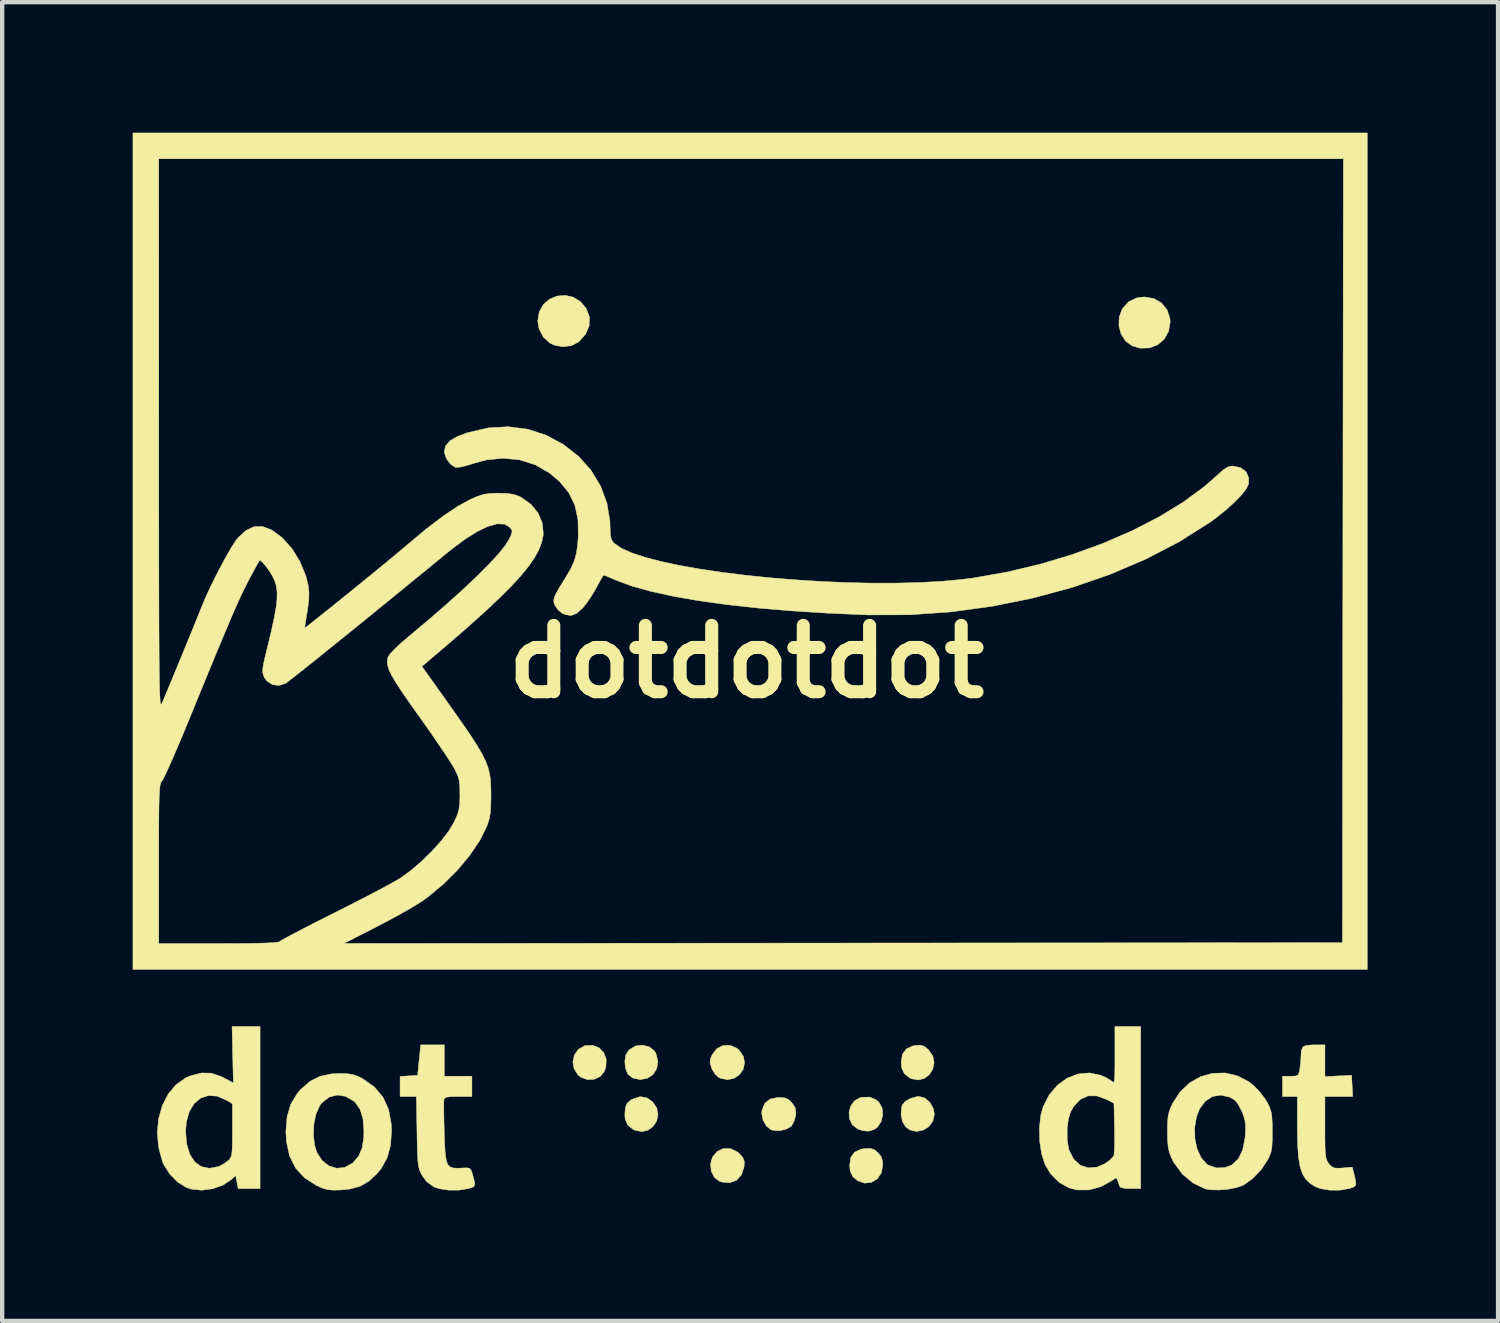
<source format=kicad_pcb>
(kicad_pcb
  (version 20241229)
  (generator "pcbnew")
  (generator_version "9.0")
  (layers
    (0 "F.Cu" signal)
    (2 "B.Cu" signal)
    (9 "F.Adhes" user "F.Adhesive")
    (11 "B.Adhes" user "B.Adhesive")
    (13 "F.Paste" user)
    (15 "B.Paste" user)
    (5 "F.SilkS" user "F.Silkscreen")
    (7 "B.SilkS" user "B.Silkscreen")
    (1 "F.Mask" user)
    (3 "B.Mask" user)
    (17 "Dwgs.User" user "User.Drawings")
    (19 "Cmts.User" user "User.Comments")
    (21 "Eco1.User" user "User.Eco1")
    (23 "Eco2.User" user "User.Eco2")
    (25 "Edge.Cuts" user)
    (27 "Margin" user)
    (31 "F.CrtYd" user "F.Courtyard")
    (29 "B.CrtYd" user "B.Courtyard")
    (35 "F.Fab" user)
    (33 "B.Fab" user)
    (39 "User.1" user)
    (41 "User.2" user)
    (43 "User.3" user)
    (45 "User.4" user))
  (footprint "dotdotdot"
    (layer "F.Cu")
    (at 14.102 12.155)
    (property "Reference" "dotdotdot" (at 0 0 0) (layer "F.SilkS") (effects (font (size 1.524 1.524) (thickness 0.3))))
    (attr through_hole)
    (fp_poly (pts (xy -3.382 8.874) (xy -3.276 8.987) (xy -3.222 9.138) (xy -3.23 9.314) (xy -3.264 9.413) (xy -3.36 9.531) (xy -3.498 9.595) (xy -3.655 9.603) (xy -3.804 9.549) (xy -3.868 9.498) (xy -3.961 9.355) (xy -3.988 9.194) (xy -3.954 9.039) (xy -3.864 8.91) (xy -3.724 8.828) (xy -3.705 8.823) (xy -3.529 8.815) (xy -3.382 8.874)) (stroke (width 0.01) (type solid)) (fill yes) (layer "F.SilkS"))
    (fp_poly (pts (xy -2.234 8.849) (xy -2.115 8.943) (xy -2.079 9.002) (xy -2.034 9.185) (xy -2.06 9.349) (xy -2.144 9.483) (xy -2.275 9.572) (xy -2.438 9.603) (xy -2.611 9.567) (xy -2.722 9.483) (xy -2.781 9.337) (xy -2.794 9.187) (xy -2.776 9.045) (xy -2.712 8.939) (xy -2.682 8.909) (xy -2.542 8.828) (xy -2.384 8.81) (xy -2.234 8.849)) (stroke (width 0.01) (type solid)) (fill yes) (layer "F.SilkS"))
    (fp_poly (pts (xy -2.291 10.018) (xy -2.156 10.114) (xy -2.059 10.257) (xy -2.032 10.409) (xy -2.063 10.553) (xy -2.142 10.676) (xy -2.258 10.762) (xy -2.4 10.798) (xy -2.56 10.767) (xy -2.603 10.746) (xy -2.729 10.645) (xy -2.787 10.507) (xy -2.794 10.409) (xy -2.783 10.248) (xy -2.741 10.144) (xy -2.655 10.071) (xy -2.622 10.053) (xy -2.446 9.995) (xy -2.291 10.018)) (stroke (width 0.01) (type solid)) (fill yes) (layer "F.SilkS"))
    (fp_poly (pts (xy 2.935 11.211) (xy 3.016 11.276) (xy 3.096 11.371) (xy 3.129 11.483) (xy 3.133 11.57) (xy 3.098 11.748) (xy 3.007 11.883) (xy 2.874 11.964) (xy 2.717 11.982) (xy 2.561 11.929) (xy 2.442 11.832) (xy 2.384 11.701) (xy 2.372 11.572) (xy 2.398 11.391) (xy 2.484 11.269) (xy 2.633 11.202) (xy 2.711 11.189) (xy 2.843 11.183) (xy 2.935 11.211)) (stroke (width 0.01) (type solid)) (fill yes) (layer "F.SilkS"))
    (fp_poly (pts (xy 2.981 10.067) (xy 3.049 10.129) (xy 3.118 10.258) (xy 3.131 10.415) (xy 3.094 10.57) (xy 3.01 10.696) (xy 2.936 10.748) (xy 2.804 10.788) (xy 2.674 10.777) (xy 2.555 10.734) (xy 2.434 10.642) (xy 2.369 10.51) (xy 2.357 10.359) (xy 2.395 10.213) (xy 2.481 10.091) (xy 2.612 10.017) (xy 2.642 10.01) (xy 2.83 10.003) (xy 2.981 10.067)) (stroke (width 0.01) (type solid)) (fill yes) (layer "F.SilkS"))
    (fp_poly (pts (xy 4.105 10.029) (xy 4.218 10.13) (xy 4.295 10.27) (xy 4.318 10.399) (xy 4.282 10.56) (xy 4.189 10.685) (xy 4.057 10.766) (xy 3.906 10.794) (xy 3.757 10.76) (xy 3.66 10.691) (xy 3.584 10.564) (xy 3.552 10.397) (xy 3.568 10.226) (xy 3.582 10.183) (xy 3.65 10.103) (xy 3.771 10.035) (xy 3.913 9.995) (xy 3.973 9.991) (xy 4.105 10.029)) (stroke (width 0.01) (type solid)) (fill yes) (layer "F.SilkS"))
    (fp_poly (pts (xy -3.984 -8.378) (xy -3.814 -8.275) (xy -3.683 -8.118) (xy -3.607 -7.921) (xy -3.613 -7.719) (xy -3.697 -7.525) (xy -3.854 -7.35) (xy -4.018 -7.263) (xy -4.214 -7.237) (xy -4.412 -7.273) (xy -4.517 -7.322) (xy -4.667 -7.46) (xy -4.765 -7.647) (xy -4.795 -7.832) (xy -4.76 -8.042) (xy -4.665 -8.21) (xy -4.524 -8.331) (xy -4.354 -8.402) (xy -4.169 -8.419) (xy -3.984 -8.378)) (stroke (width 0.01) (type solid)) (fill yes) (layer "F.SilkS"))
    (fp_poly (pts (xy -0.366 11.188) (xy -0.21 11.262) (xy -0.161 11.305) (xy -0.079 11.4) (xy -0.048 11.486) (xy -0.055 11.607) (xy -0.056 11.612) (xy -0.115 11.793) (xy -0.23 11.916) (xy -0.385 11.973) (xy -0.568 11.956) (xy -0.622 11.938) (xy -0.736 11.85) (xy -0.807 11.712) (xy -0.826 11.55) (xy -0.785 11.392) (xy -0.782 11.385) (xy -0.672 11.253) (xy -0.527 11.186) (xy -0.366 11.188)) (stroke (width 0.01) (type solid)) (fill yes) (layer "F.SilkS"))
    (fp_poly (pts (xy -0.222 8.881) (xy -0.166 8.929) (xy -0.068 9.074) (xy -0.042 9.225) (xy -0.076 9.369) (xy -0.16 9.489) (xy -0.282 9.573) (xy -0.432 9.605) (xy -0.6 9.571) (xy -0.633 9.556) (xy -0.716 9.482) (xy -0.788 9.368) (xy -0.799 9.342) (xy -0.835 9.226) (xy -0.832 9.138) (xy -0.79 9.035) (xy -0.682 8.893) (xy -0.538 8.819) (xy -0.378 8.813) (xy -0.222 8.881)) (stroke (width 0.01) (type solid)) (fill yes) (layer "F.SilkS"))
    (fp_poly (pts (xy 4.092 8.84) (xy 4.186 8.921) (xy 4.189 8.924) (xy 4.285 9.066) (xy 4.312 9.217) (xy 4.282 9.362) (xy 4.205 9.486) (xy 4.091 9.574) (xy 3.95 9.611) (xy 3.793 9.583) (xy 3.747 9.561) (xy 3.627 9.466) (xy 3.568 9.336) (xy 3.556 9.204) (xy 3.584 9.021) (xy 3.672 8.898) (xy 3.822 8.829) (xy 3.882 8.819) (xy 4.005 8.811) (xy 4.092 8.84)) (stroke (width 0.01) (type solid)) (fill yes) (layer "F.SilkS"))
    (fp_poly (pts (xy 9.362 -8.345) (xy 9.541 -8.241) (xy 9.668 -8.083) (xy 9.732 -7.883) (xy 9.737 -7.805) (xy 9.7 -7.587) (xy 9.598 -7.409) (xy 9.446 -7.281) (xy 9.257 -7.21) (xy 9.045 -7.205) (xy 8.865 -7.257) (xy 8.714 -7.365) (xy 8.61 -7.526) (xy 8.559 -7.718) (xy 8.565 -7.918) (xy 8.636 -8.106) (xy 8.64 -8.113) (xy 8.784 -8.273) (xy 8.973 -8.362) (xy 9.144 -8.382) (xy 9.362 -8.345)) (stroke (width 0.01) (type solid)) (fill yes) (layer "F.SilkS"))
    (fp_poly (pts (xy 0.884 10.023) (xy 0.977 10.067) (xy 1.045 10.136) (xy 1.117 10.241) (xy 1.136 10.349) (xy 1.13 10.428) (xy 1.095 10.558) (xy 1.039 10.663) (xy 1.027 10.676) (xy 0.909 10.745) (xy 0.753 10.778) (xy 0.602 10.767) (xy 0.563 10.754) (xy 0.457 10.668) (xy 0.381 10.532) (xy 0.351 10.376) (xy 0.357 10.309) (xy 0.421 10.148) (xy 0.542 10.05) (xy 0.722 10.012) (xy 0.749 10.012) (xy 0.884 10.023)) (stroke (width 0.01) (type solid)) (fill yes) (layer "F.SilkS"))
    (fp_poly (pts (xy -6.943 9.525) (xy -6.308 9.525) (xy -6.308 9.991) (xy -6.622 9.991) (xy -6.789 9.994) (xy -6.888 10.006) (xy -6.937 10.031) (xy -6.95 10.059) (xy -6.954 10.124) (xy -6.954 10.256) (xy -6.952 10.442) (xy -6.947 10.665) (xy -6.943 10.825) (xy -6.933 11.109) (xy -6.919 11.319) (xy -6.896 11.466) (xy -6.859 11.561) (xy -6.802 11.614) (xy -6.72 11.636) (xy -6.608 11.638) (xy -6.543 11.635) (xy -6.437 11.63) (xy -6.37 11.639) (xy -6.329 11.678) (xy -6.297 11.763) (xy -6.26 11.911) (xy -6.251 11.947) (xy -6.241 12.023) (xy -6.273 12.067) (xy -6.366 12.101) (xy -6.381 12.105) (xy -6.605 12.142) (xy -6.845 12.143) (xy -7.066 12.108) (xy -7.176 12.07) (xy -7.344 11.952) (xy -7.451 11.807) (xy -7.487 11.738) (xy -7.515 11.671) (xy -7.535 11.591) (xy -7.548 11.486) (xy -7.557 11.34) (xy -7.564 11.14) (xy -7.569 10.872) (xy -7.57 10.806) (xy -7.584 9.991) (xy -7.959 9.991) (xy -7.959 9.53) (xy -7.758 9.517) (xy -7.556 9.504) (xy -7.521 9.155) (xy -7.485 8.805) (xy -6.943 8.805) (xy -6.943 9.525)) (stroke (width 0.01) (type solid)) (fill yes) (layer "F.SilkS"))
    (fp_poly (pts (xy 13.293 9.533) (xy 13.6 9.518) (xy 13.906 9.504) (xy 13.919 9.747) (xy 13.932 9.991) (xy 13.293 9.991) (xy 13.293 10.705) (xy 13.293 10.968) (xy 13.296 11.161) (xy 13.303 11.298) (xy 13.316 11.391) (xy 13.335 11.456) (xy 13.363 11.506) (xy 13.384 11.535) (xy 13.447 11.603) (xy 13.514 11.634) (xy 13.616 11.638) (xy 13.698 11.633) (xy 13.921 11.614) (xy 13.967 11.795) (xy 14 11.937) (xy 14.003 12.019) (xy 13.968 12.065) (xy 13.887 12.096) (xy 13.854 12.105) (xy 13.633 12.143) (xy 13.4 12.143) (xy 13.19 12.108) (xy 13.074 12.064) (xy 12.946 11.983) (xy 12.847 11.885) (xy 12.772 11.759) (xy 12.72 11.594) (xy 12.685 11.378) (xy 12.666 11.103) (xy 12.659 10.755) (xy 12.659 10.679) (xy 12.658 9.991) (xy 12.319 9.991) (xy 12.319 9.525) (xy 12.504 9.525) (xy 12.62 9.521) (xy 12.677 9.495) (xy 12.704 9.427) (xy 12.715 9.366) (xy 12.733 9.218) (xy 12.742 9.079) (xy 12.742 9.073) (xy 12.75 8.934) (xy 12.786 8.853) (xy 12.866 8.816) (xy 13.01 8.805) (xy 13.043 8.805) (xy 13.293 8.805) (xy 13.293 9.533)) (stroke (width 0.01) (type solid)) (fill yes) (layer "F.SilkS"))
    (fp_poly (pts (xy -11.176 12.107) (xy -11.68 12.107) (xy -11.708 11.957) (xy -11.737 11.806) (xy -11.827 11.891) (xy -12.024 12.025) (xy -12.264 12.111) (xy -12.519 12.144) (xy -12.762 12.118) (xy -12.869 12.082) (xy -13.072 11.956) (xy -13.253 11.771) (xy -13.39 11.554) (xy -13.419 11.487) (xy -13.509 11.155) (xy -13.537 10.822) (xy -13.535 10.796) (xy -12.887 10.796) (xy -12.862 11.085) (xy -12.79 11.32) (xy -12.676 11.494) (xy -12.525 11.603) (xy -12.343 11.64) (xy -12.135 11.602) (xy -12.121 11.597) (xy -11.998 11.532) (xy -11.906 11.462) (xy -11.869 11.422) (xy -11.843 11.375) (xy -11.826 11.306) (xy -11.816 11.199) (xy -11.812 11.04) (xy -11.811 10.813) (xy -11.811 10.766) (xy -11.811 10.159) (xy -11.949 10.075) (xy -12.163 9.983) (xy -12.363 9.969) (xy -12.542 10.028) (xy -12.691 10.153) (xy -12.803 10.339) (xy -12.87 10.58) (xy -12.887 10.796) (xy -13.535 10.796) (xy -13.507 10.5) (xy -13.423 10.201) (xy -13.289 9.938) (xy -13.108 9.721) (xy -12.885 9.562) (xy -12.762 9.51) (xy -12.517 9.45) (xy -12.3 9.455) (xy -12.082 9.527) (xy -12.016 9.56) (xy -11.79 9.679) (xy -11.82 8.382) (xy -11.176 8.382) (xy -11.176 12.107)) (stroke (width 0.01) (type solid)) (fill yes) (layer "F.SilkS"))
    (fp_poly (pts (xy -9.173 9.467) (xy -9.04 9.487) (xy -8.918 9.532) (xy -8.811 9.587) (xy -8.546 9.775) (xy -8.351 10.007) (xy -8.223 10.287) (xy -8.162 10.618) (xy -8.155 10.774) (xy -8.177 11.109) (xy -8.253 11.391) (xy -8.386 11.636) (xy -8.474 11.746) (xy -8.667 11.931) (xy -8.872 12.052) (xy -9.114 12.118) (xy -9.313 12.138) (xy -9.491 12.143) (xy -9.622 12.131) (xy -9.743 12.096) (xy -9.888 12.031) (xy -10.157 11.858) (xy -10.361 11.633) (xy -10.499 11.356) (xy -10.571 11.024) (xy -10.579 10.876) (xy -9.95 10.876) (xy -9.922 11.115) (xy -9.872 11.274) (xy -9.753 11.46) (xy -9.598 11.583) (xy -9.421 11.639) (xy -9.239 11.623) (xy -9.064 11.531) (xy -9.042 11.513) (xy -8.912 11.362) (xy -8.831 11.175) (xy -8.794 10.935) (xy -8.79 10.795) (xy -8.81 10.513) (xy -8.873 10.297) (xy -8.982 10.136) (xy -9.023 10.098) (xy -9.21 9.987) (xy -9.402 9.957) (xy -9.586 10.004) (xy -9.748 10.128) (xy -9.809 10.207) (xy -9.891 10.392) (xy -9.939 10.625) (xy -9.95 10.876) (xy -10.579 10.876) (xy -10.583 10.795) (xy -10.555 10.454) (xy -10.469 10.165) (xy -10.32 9.919) (xy -10.238 9.825) (xy -10.024 9.64) (xy -9.794 9.525) (xy -9.526 9.47) (xy -9.356 9.462) (xy -9.173 9.467)) (stroke (width 0.01) (type solid)) (fill yes) (layer "F.SilkS"))
    (fp_poly (pts (xy 9.059 12.107) (xy 8.825 12.107) (xy 8.676 12.1) (xy 8.595 12.075) (xy 8.571 12.044) (xy 8.533 11.924) (xy 8.507 11.871) (xy 8.475 11.87) (xy 8.422 11.907) (xy 8.413 11.913) (xy 8.152 12.061) (xy 7.875 12.137) (xy 7.6 12.138) (xy 7.418 12.093) (xy 7.187 11.966) (xy 6.992 11.771) (xy 6.865 11.562) (xy 6.783 11.311) (xy 6.738 11.015) (xy 6.732 10.736) (xy 7.37 10.736) (xy 7.37 10.962) (xy 7.398 11.164) (xy 7.414 11.223) (xy 7.519 11.43) (xy 7.666 11.567) (xy 7.846 11.63) (xy 8.049 11.615) (xy 8.24 11.534) (xy 8.352 11.453) (xy 8.43 11.369) (xy 8.447 11.333) (xy 8.455 11.256) (xy 8.459 11.115) (xy 8.461 10.927) (xy 8.458 10.714) (xy 8.458 10.693) (xy 8.445 10.147) (xy 8.276 10.059) (xy 8.051 9.977) (xy 7.848 9.977) (xy 7.67 10.058) (xy 7.52 10.217) (xy 7.446 10.351) (xy 7.396 10.52) (xy 7.37 10.736) (xy 6.732 10.736) (xy 6.732 10.706) (xy 6.765 10.415) (xy 6.817 10.229) (xy 6.957 9.953) (xy 7.145 9.732) (xy 7.369 9.57) (xy 7.618 9.473) (xy 7.881 9.449) (xy 8.141 9.502) (xy 8.268 9.558) (xy 8.372 9.623) (xy 8.385 9.633) (xy 8.416 9.659) (xy 8.438 9.662) (xy 8.452 9.633) (xy 8.461 9.56) (xy 8.465 9.433) (xy 8.467 9.24) (xy 8.467 9.045) (xy 8.467 8.382) (xy 9.059 8.382) (xy 9.059 12.107)) (stroke (width 0.01) (type solid)) (fill yes) (layer "F.SilkS"))
    (fp_poly (pts (xy 11.276 9.513) (xy 11.542 9.651) (xy 11.659 9.742) (xy 11.791 9.88) (xy 11.915 10.041) (xy 11.971 10.134) (xy 12.023 10.242) (xy 12.056 10.343) (xy 12.075 10.459) (xy 12.083 10.616) (xy 12.085 10.795) (xy 12.083 11.007) (xy 12.074 11.158) (xy 12.053 11.271) (xy 12.017 11.368) (xy 11.987 11.43) (xy 11.836 11.662) (xy 11.642 11.867) (xy 11.433 12.02) (xy 11.409 12.033) (xy 11.259 12.085) (xy 11.063 12.122) (xy 10.852 12.139) (xy 10.66 12.135) (xy 10.541 12.113) (xy 10.259 11.977) (xy 10.016 11.773) (xy 9.824 11.513) (xy 9.771 11.409) (xy 9.721 11.285) (xy 9.691 11.157) (xy 9.677 10.999) (xy 9.673 10.795) (xy 9.675 10.703) (xy 10.299 10.703) (xy 10.305 10.956) (xy 10.355 11.193) (xy 10.446 11.393) (xy 10.572 11.539) (xy 10.611 11.566) (xy 10.793 11.631) (xy 10.991 11.626) (xy 11.158 11.562) (xy 11.304 11.423) (xy 11.404 11.215) (xy 11.458 10.936) (xy 11.464 10.851) (xy 11.469 10.669) (xy 11.453 10.531) (xy 11.411 10.398) (xy 11.373 10.31) (xy 11.295 10.162) (xy 11.218 10.071) (xy 11.118 10.011) (xy 11.106 10.006) (xy 10.899 9.959) (xy 10.709 9.991) (xy 10.545 10.097) (xy 10.415 10.272) (xy 10.344 10.452) (xy 10.299 10.703) (xy 9.675 10.703) (xy 9.676 10.593) (xy 9.689 10.448) (xy 9.716 10.33) (xy 9.763 10.212) (xy 9.792 10.151) (xy 9.965 9.884) (xy 10.183 9.678) (xy 10.436 9.535) (xy 10.711 9.458) (xy 10.995 9.45) (xy 11.276 9.513)) (stroke (width 0.01) (type solid)) (fill yes) (layer "F.SilkS"))
    (fp_poly (pts (xy -5.031 -5.344) (xy -4.604 -5.206) (xy -4.204 -4.99) (xy -3.854 -4.716) (xy -3.568 -4.394) (xy -3.35 -4.033) (xy -3.205 -3.642) (xy -3.137 -3.227) (xy -3.133 -3.089) (xy -3.128 -2.928) (xy -3.109 -2.825) (xy -3.07 -2.754) (xy -3.037 -2.72) (xy -2.876 -2.608) (xy -2.637 -2.501) (xy -2.33 -2.399) (xy -1.96 -2.303) (xy -1.537 -2.212) (xy -1.068 -2.129) (xy -0.56 -2.054) (xy -0.021 -1.987) (xy 0.541 -1.929) (xy 1.118 -1.882) (xy 1.704 -1.845) (xy 2.289 -1.819) (xy 2.867 -1.806) (xy 3.43 -1.806) (xy 3.969 -1.819) (xy 4.478 -1.847) (xy 4.949 -1.89) (xy 5.228 -1.926) (xy 5.997 -2.062) (xy 6.754 -2.243) (xy 7.489 -2.463) (xy 8.195 -2.72) (xy 8.861 -3.009) (xy 9.478 -3.326) (xy 10.037 -3.667) (xy 10.528 -4.029) (xy 10.824 -4.29) (xy 10.96 -4.411) (xy 11.064 -4.476) (xy 11.155 -4.497) (xy 11.171 -4.497) (xy 11.353 -4.46) (xy 11.48 -4.367) (xy 11.541 -4.227) (xy 11.538 -4.083) (xy 11.489 -3.978) (xy 11.38 -3.838) (xy 11.223 -3.674) (xy 11.03 -3.498) (xy 10.812 -3.321) (xy 10.65 -3.203) (xy 9.944 -2.756) (xy 9.174 -2.356) (xy 8.352 -2.005) (xy 7.484 -1.706) (xy 6.581 -1.462) (xy 5.652 -1.274) (xy 4.705 -1.145) (xy 3.75 -1.078) (xy 2.797 -1.075) (xy 2.752 -1.077) (xy 1.871 -1.115) (xy 1.041 -1.168) (xy 0.265 -1.233) (xy -0.451 -1.312) (xy -1.104 -1.402) (xy -1.69 -1.505) (xy -2.204 -1.618) (xy -2.642 -1.741) (xy -3.001 -1.874) (xy -3.018 -1.882) (xy -3.147 -1.938) (xy -3.242 -1.977) (xy -3.28 -1.99) (xy -3.306 -1.955) (xy -3.361 -1.863) (xy -3.433 -1.732) (xy -3.451 -1.696) (xy -3.551 -1.525) (xy -3.664 -1.357) (xy -3.765 -1.231) (xy -3.902 -1.109) (xy -4.03 -1.061) (xy -4.167 -1.084) (xy -4.233 -1.113) (xy -4.329 -1.191) (xy -4.397 -1.288) (xy -4.422 -1.35) (xy -4.429 -1.412) (xy -4.411 -1.486) (xy -4.364 -1.588) (xy -4.281 -1.731) (xy -4.159 -1.929) (xy -4.149 -1.945) (xy -4.034 -2.141) (xy -3.957 -2.312) (xy -3.908 -2.487) (xy -3.878 -2.696) (xy -3.864 -2.886) (xy -3.871 -3.266) (xy -3.942 -3.596) (xy -4.083 -3.885) (xy -4.297 -4.144) (xy -4.527 -4.337) (xy -4.851 -4.524) (xy -5.208 -4.637) (xy -5.587 -4.675) (xy -5.977 -4.637) (xy -6.276 -4.555) (xy -6.444 -4.503) (xy -6.585 -4.471) (xy -6.677 -4.464) (xy -6.688 -4.466) (xy -6.8 -4.539) (xy -6.892 -4.662) (xy -6.94 -4.8) (xy -6.943 -4.834) (xy -6.911 -4.963) (xy -6.812 -5.076) (xy -6.64 -5.176) (xy -6.408 -5.263) (xy -5.934 -5.373) (xy -5.475 -5.4) (xy -5.031 -5.344)) (stroke (width 0.01) (type solid)) (fill yes) (layer "F.SilkS"))
    (fp_poly (pts (xy 14.266 7.07) (xy -14.097 7.07) (xy -14.097 4.649) (xy -13.504 4.649) (xy -13.504 6.477) (xy -12.131 6.477) (xy -11.696 6.476) (xy -11.341 6.472) (xy -11.065 6.465) (xy -10.871 6.455) (xy -10.759 6.443) (xy -10.731 6.433) (xy -10.687 6.404) (xy -10.577 6.342) (xy -10.41 6.253) (xy -10.194 6.14) (xy -9.939 6.009) (xy -9.654 5.865) (xy -9.469 5.772) (xy -9.154 5.613) (xy -8.851 5.458) (xy -8.572 5.313) (xy -8.327 5.183) (xy -8.128 5.075) (xy -7.989 4.995) (xy -7.948 4.97) (xy -7.714 4.8) (xy -7.469 4.59) (xy -7.232 4.359) (xy -7.018 4.122) (xy -6.844 3.897) (xy -6.728 3.705) (xy -6.654 3.546) (xy -6.611 3.418) (xy -6.59 3.286) (xy -6.584 3.115) (xy -6.584 3.049) (xy -6.587 2.861) (xy -6.602 2.726) (xy -6.635 2.612) (xy -6.694 2.488) (xy -6.723 2.434) (xy -6.785 2.331) (xy -6.888 2.172) (xy -7.025 1.968) (xy -7.186 1.732) (xy -7.364 1.476) (xy -7.535 1.235) (xy -7.754 0.927) (xy -7.926 0.677) (xy -8.057 0.477) (xy -8.15 0.318) (xy -8.211 0.192) (xy -8.243 0.09) (xy -8.253 0.002) (xy -8.244 -0.08) (xy -8.238 -0.102) (xy -8.194 -0.173) (xy -8.089 -0.285) (xy -7.933 -0.431) (xy -7.736 -0.599) (xy -7.278 -0.984) (xy -6.861 -1.347) (xy -6.489 -1.683) (xy -6.166 -1.988) (xy -5.896 -2.26) (xy -5.683 -2.494) (xy -5.531 -2.685) (xy -5.454 -2.812) (xy -5.4 -2.927) (xy -5.384 -2.995) (xy -5.402 -3.045) (xy -5.439 -3.089) (xy -5.559 -3.161) (xy -5.728 -3.168) (xy -5.94 -3.109) (xy -6.192 -2.988) (xy -6.481 -2.805) (xy -6.803 -2.562) (xy -6.842 -2.531) (xy -7.358 -2.108) (xy -7.851 -1.706) (xy -8.315 -1.327) (xy -8.748 -0.975) (xy -9.146 -0.652) (xy -9.504 -0.363) (xy -9.818 -0.11) (xy -10.086 0.104) (xy -10.302 0.276) (xy -10.463 0.402) (xy -10.565 0.479) (xy -10.596 0.501) (xy -10.745 0.547) (xy -10.896 0.525) (xy -11.023 0.441) (xy -11.077 0.363) (xy -11.103 0.301) (xy -11.116 0.238) (xy -11.114 0.159) (xy -11.096 0.046) (xy -11.059 -0.118) (xy -11.014 -0.301) (xy -10.923 -0.68) (xy -10.855 -0.989) (xy -10.81 -1.238) (xy -10.787 -1.44) (xy -10.785 -1.603) (xy -10.803 -1.741) (xy -10.841 -1.862) (xy -10.891 -1.968) (xy -10.961 -2.083) (xy -11.042 -2.194) (xy -11.118 -2.282) (xy -11.173 -2.328) (xy -11.188 -2.328) (xy -11.215 -2.285) (xy -11.272 -2.181) (xy -11.352 -2.034) (xy -11.443 -1.863) (xy -11.497 -1.758) (xy -11.551 -1.65) (xy -11.608 -1.532) (xy -11.67 -1.397) (xy -11.74 -1.24) (xy -11.822 -1.053) (xy -11.916 -0.831) (xy -12.027 -0.566) (xy -12.158 -0.253) (xy -12.31 0.116) (xy -12.487 0.546) (xy -12.691 1.044) (xy -12.827 1.376) (xy -12.956 1.688) (xy -13.078 1.977) (xy -13.189 2.234) (xy -13.285 2.449) (xy -13.36 2.61) (xy -13.41 2.709) (xy -13.426 2.733) (xy -13.445 2.758) (xy -13.46 2.793) (xy -13.473 2.845) (xy -13.483 2.921) (xy -13.491 3.031) (xy -13.496 3.181) (xy -13.5 3.379) (xy -13.502 3.633) (xy -13.504 3.951) (xy -13.504 4.341) (xy -13.504 4.649) (xy -14.097 4.649) (xy -14.097 -11.557) (xy -13.504 -11.557) (xy -13.503 -5.218) (xy -13.503 -4.362) (xy -13.503 -3.587) (xy -13.502 -2.89) (xy -13.502 -2.265) (xy -13.501 -1.709) (xy -13.5 -1.219) (xy -13.499 -0.79) (xy -13.497 -0.419) (xy -13.495 -0.101) (xy -13.493 0.167) (xy -13.49 0.389) (xy -13.486 0.569) (xy -13.482 0.71) (xy -13.477 0.817) (xy -13.472 0.894) (xy -13.466 0.945) (xy -13.458 0.972) (xy -13.45 0.981) (xy -13.442 0.975) (xy -13.432 0.958) (xy -13.421 0.933) (xy -13.42 0.931) (xy -13.367 0.806) (xy -13.29 0.622) (xy -13.195 0.394) (xy -13.089 0.136) (xy -12.976 -0.137) (xy -12.864 -0.41) (xy -12.758 -0.669) (xy -12.664 -0.899) (xy -12.588 -1.087) (xy -12.536 -1.216) (xy -12.523 -1.249) (xy -12.438 -1.454) (xy -12.329 -1.692) (xy -12.205 -1.945) (xy -12.075 -2.196) (xy -11.948 -2.431) (xy -11.831 -2.632) (xy -11.734 -2.782) (xy -11.685 -2.846) (xy -11.502 -3.015) (xy -11.316 -3.102) (xy -11.124 -3.108) (xy -10.921 -3.033) (xy -10.7 -2.876) (xy -10.65 -2.831) (xy -10.437 -2.591) (xy -10.258 -2.297) (xy -10.126 -1.977) (xy -10.073 -1.767) (xy -10.053 -1.604) (xy -10.055 -1.435) (xy -10.08 -1.227) (xy -10.092 -1.155) (xy -10.12 -0.99) (xy -10.139 -0.861) (xy -10.148 -0.788) (xy -10.147 -0.778) (xy -10.113 -0.801) (xy -10.022 -0.871) (xy -9.884 -0.98) (xy -9.706 -1.122) (xy -9.498 -1.289) (xy -9.269 -1.474) (xy -9.026 -1.67) (xy -8.781 -1.87) (xy -8.54 -2.067) (xy -8.312 -2.253) (xy -8.107 -2.423) (xy -7.934 -2.567) (xy -7.8 -2.68) (xy -7.768 -2.707) (xy -7.346 -3.06) (xy -6.967 -3.348) (xy -6.635 -3.57) (xy -6.35 -3.726) (xy -6.35 -3.726) (xy -6.174 -3.803) (xy -6.033 -3.847) (xy -5.89 -3.868) (xy -5.707 -3.873) (xy -5.694 -3.873) (xy -5.491 -3.866) (xy -5.343 -3.843) (xy -5.221 -3.8) (xy -5.182 -3.78) (xy -4.954 -3.619) (xy -4.788 -3.417) (xy -4.69 -3.185) (xy -4.668 -2.938) (xy -4.673 -2.89) (xy -4.707 -2.733) (xy -4.772 -2.567) (xy -4.87 -2.388) (xy -5.005 -2.193) (xy -5.181 -1.977) (xy -5.402 -1.736) (xy -5.673 -1.466) (xy -5.995 -1.163) (xy -6.374 -0.822) (xy -6.814 -0.439) (xy -7.317 -0.011) (xy -7.356 0.022) (xy -7.457 0.107) (xy -6.975 0.784) (xy -6.712 1.154) (xy -6.495 1.464) (xy -6.318 1.723) (xy -6.179 1.94) (xy -6.072 2.125) (xy -5.993 2.286) (xy -5.938 2.431) (xy -5.902 2.57) (xy -5.882 2.712) (xy -5.873 2.865) (xy -5.87 3.039) (xy -5.87 3.069) (xy -5.873 3.298) (xy -5.884 3.468) (xy -5.908 3.605) (xy -5.948 3.734) (xy -5.965 3.781) (xy -6.125 4.105) (xy -6.353 4.443) (xy -6.635 4.782) (xy -6.96 5.107) (xy -7.316 5.403) (xy -7.428 5.485) (xy -7.561 5.571) (xy -7.751 5.685) (xy -7.982 5.815) (xy -8.235 5.952) (xy -8.486 6.084) (xy -9.25 6.474) (xy 13.695 6.456) (xy 13.716 -11.557) (xy -13.504 -11.557) (xy -14.097 -11.557) (xy -14.097 -12.15) (xy 14.266 -12.15) (xy 14.266 7.07)) (stroke (width 0.01) (type solid)) (fill yes) (layer "F.SilkS")))
  (gr_rect
    (start -3 -3)
    (end 31.373 27.303)
    (stroke (width 0.1) (type default))
    (fill no)
    (layer "Edge.Cuts")))
</source>
